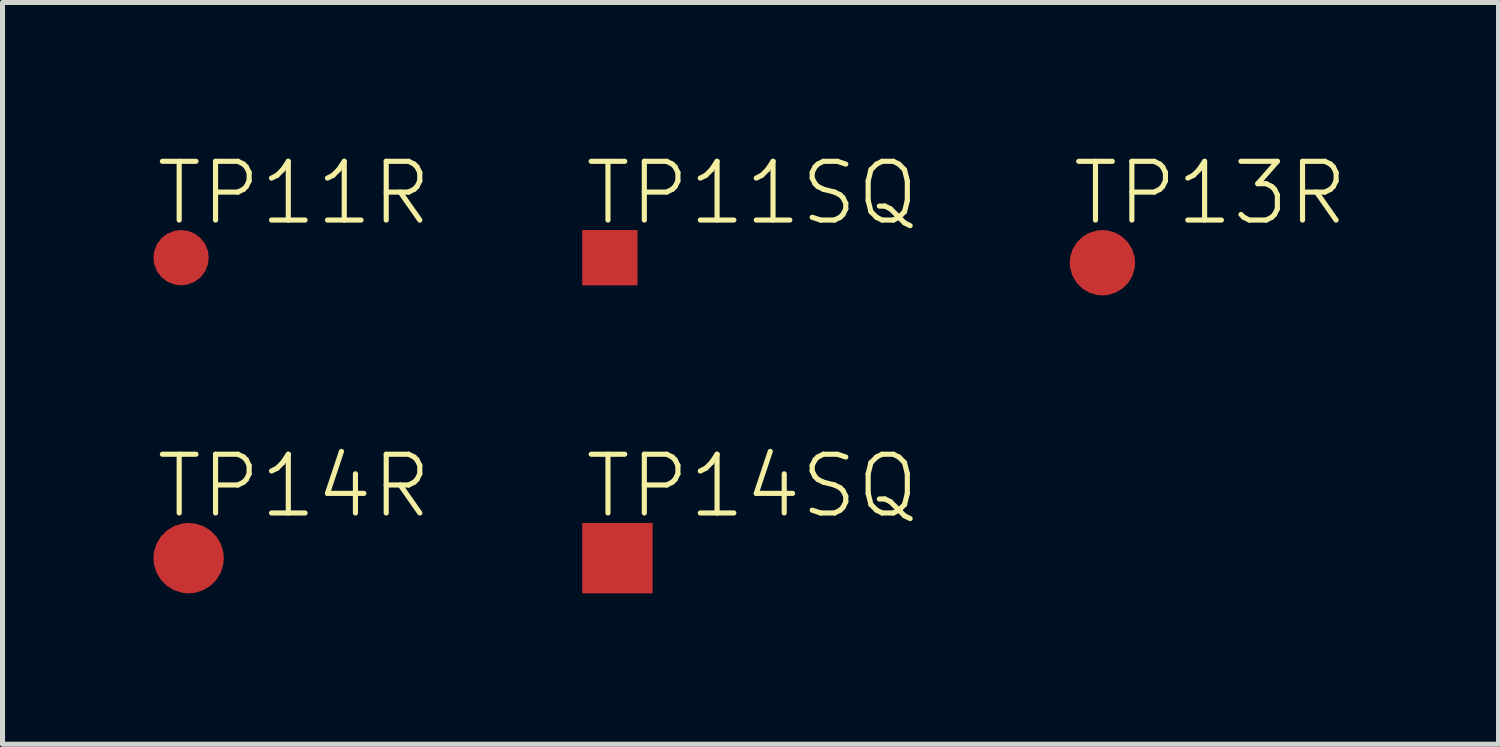
<source format=kicad_pcb>
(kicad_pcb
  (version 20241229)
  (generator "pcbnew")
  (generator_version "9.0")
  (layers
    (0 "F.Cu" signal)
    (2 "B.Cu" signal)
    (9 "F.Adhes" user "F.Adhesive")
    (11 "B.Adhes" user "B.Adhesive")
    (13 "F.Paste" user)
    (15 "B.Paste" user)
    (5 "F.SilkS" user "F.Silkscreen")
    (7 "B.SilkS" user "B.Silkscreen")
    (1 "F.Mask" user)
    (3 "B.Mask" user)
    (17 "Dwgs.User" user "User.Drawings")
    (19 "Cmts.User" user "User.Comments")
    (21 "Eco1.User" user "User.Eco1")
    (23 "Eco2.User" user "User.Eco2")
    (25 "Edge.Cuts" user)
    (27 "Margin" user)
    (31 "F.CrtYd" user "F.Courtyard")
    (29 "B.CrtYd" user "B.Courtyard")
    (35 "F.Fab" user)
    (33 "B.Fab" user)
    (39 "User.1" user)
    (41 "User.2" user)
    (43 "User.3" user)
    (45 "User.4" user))
  (footprint "TP11R"
    (layer "F.Cu")
    (at 0.55 2.073)
    (property "Reference" "TP11R" (at -0.55 -0.6 0) (unlocked yes) (layer "F.SilkS") (effects (font (size 1.168 1.168) (thickness 0.102)) (justify left bottom)))
    (pad "TP" smd roundrect (at 0 0) (size 1.1 1.1) (layers "F.Cu" "F.Mask") (roundrect_rratio 0.5)))
  (footprint "TP14SQ"
    (layer "F.Cu")
    (at 9.224 8.046)
    (property "Reference" "TP14SQ" (at -0.7 -0.75 0) (unlocked yes) (layer "F.SilkS") (effects (font (size 1.168 1.168) (thickness 0.102)) (justify left bottom)))
    (pad "TP" smd rect (at 0 0) (size 1.4 1.4) (layers "F.Cu" "F.Mask")))
  (footprint "TP11SQ"
    (layer "F.Cu")
    (at 9.074 2.073)
    (property "Reference" "TP11SQ" (at -0.55 -0.6 0) (unlocked yes) (layer "F.SilkS") (effects (font (size 1.168 1.168) (thickness 0.102)) (justify left bottom)))
    (pad "TP" smd rect (at 0 0) (size 1.1 1.1) (layers "F.Cu" "F.Mask")))
  (footprint "TP13R"
    (layer "F.Cu")
    (at 18.866 2.173)
    (property "Reference" "TP13R" (at -0.65 -0.7 0) (unlocked yes) (layer "F.SilkS") (effects (font (size 1.168 1.168) (thickness 0.102)) (justify left bottom)))
    (pad "TP" smd roundrect (at 0 0) (size 1.3 1.3) (layers "F.Cu" "F.Mask") (roundrect_rratio 0.5)))
  (footprint "TP14R"
    (layer "F.Cu")
    (at 0.7 8.046)
    (property "Reference" "TP14R" (at -0.7 -0.75 0) (unlocked yes) (layer "F.SilkS") (effects (font (size 1.168 1.168) (thickness 0.102)) (justify left bottom)))
    (pad "TP" smd roundrect (at 0 0) (size 1.4 1.4) (layers "F.Cu" "F.Mask") (roundrect_rratio 0.5)))
  (gr_rect
    (start -3 -3)
    (end 26.74 11.746)
    (stroke (width 0.1) (type default))
    (fill no)
    (layer "Edge.Cuts")))
</source>
